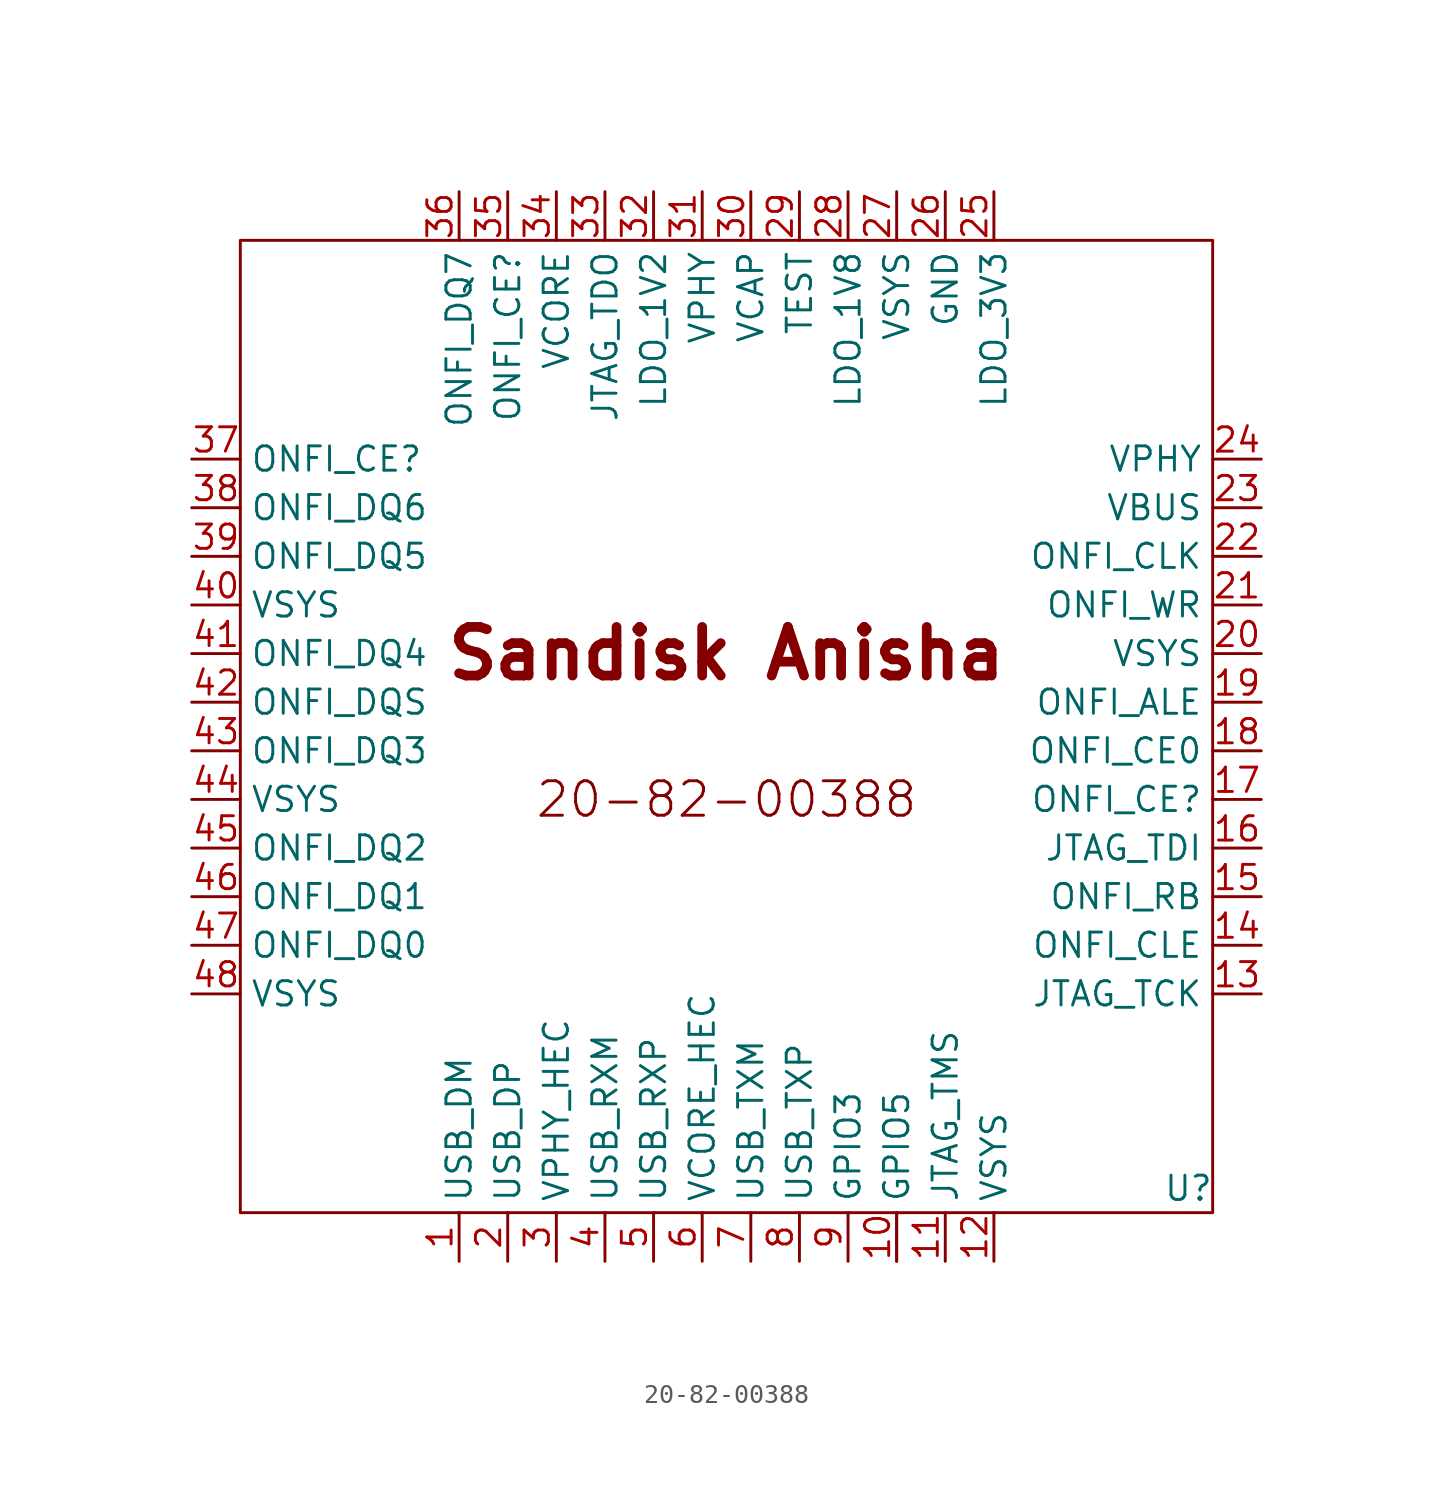
<source format=kicad_sym>
(kicad_symbol_lib
  (version 20220914)
  (generator kicad_symbol_editor)
  (symbol "20-82-00388"
    (property "Reference" "U"
      (at 24.13 -24.13 0)
      (effects (font (size 1.27 1.27))))
    (property "Value" ""
      (at -13.97 27.94 0)
      (effects (font (size 1.27 1.27))))
    (symbol "20-82-00388_0_0"
      (text "20-82-00388" (at 0 -3.81 0) (effects (font (size 1.8 1.8))))
      (text "Sandisk Anisha" (at 0 3.81 0) (effects (font (size 2.54 2.54) bold))))
    (symbol "20-82-00388_0_1"
      (rectangle (start -25.4 25.4) (end 25.4 -25.4) (stroke (width 0) (type default)) (fill (type none))))
    (symbol "20-82-00388_1_0"
      (pin bidirectional line (at 8.89 -27.94 90) (length 2.54) (name "" (effects (font (size 1.27 1.27)))) (number "" (effects (font (size 1.27 1.27))))))
    (symbol "20-82-00388_1_1"
      (pin bidirectional line (at -13.97 -27.94 90) (length 2.54) (name "USB_DM" (effects (font (size 1.27 1.27)))) (number "1" (effects (font (size 1.27 1.27)))))
      (pin bidirectional line (at 8.89 -27.94 90) (length 2.54) (name "GPIO5" (effects (font (size 1.27 1.27)))) (number "10" (effects (font (size 1.27 1.27)))))
      (pin input line (at 11.43 -27.94 90) (length 2.54) (name "JTAG_TMS" (effects (font (size 1.27 1.27)))) (number "11" (effects (font (size 1.27 1.27)))))
      (pin power_in line (at 13.97 -27.94 90) (length 2.54) (name "VSYS" (effects (font (size 1.27 1.27)))) (number "12" (effects (font (size 1.27 1.27)))))
      (pin input line (at 27.94 -13.97 180) (length 2.54) (name "JTAG_TCK" (effects (font (size 1.27 1.27)))) (number "13" (effects (font (size 1.27 1.27)))))
      (pin output line (at 27.94 -11.43 180) (length 2.54) (name "ONFI_CLE" (effects (font (size 1.27 1.27)))) (number "14" (effects (font (size 1.27 1.27)))))
      (pin output line (at 27.94 -8.89 180) (length 2.54) (name "ONFI_RB" (effects (font (size 1.27 1.27)))) (number "15" (effects (font (size 1.27 1.27)))))
      (pin input line (at 27.94 -6.35 180) (length 2.54) (name "JTAG_TDI" (effects (font (size 1.27 1.27)))) (number "16" (effects (font (size 1.27 1.27)))))
      (pin output line (at 27.94 -3.81 180) (length 2.54) (name "ONFI_CE?" (effects (font (size 1.27 1.27)))) (number "17" (effects (font (size 1.27 1.27)))))
      (pin output line (at 27.94 -1.27 180) (length 2.54) (name "ONFI_CE0" (effects (font (size 1.27 1.27)))) (number "18" (effects (font (size 1.27 1.27)))))
      (pin output line (at 27.94 1.27 180) (length 2.54) (name "ONFI_ALE" (effects (font (size 1.27 1.27)))) (number "19" (effects (font (size 1.27 1.27)))))
      (pin bidirectional line (at -11.43 -27.94 90) (length 2.54) (name "USB_DP" (effects (font (size 1.27 1.27)))) (number "2" (effects (font (size 1.27 1.27)))))
      (pin power_in line (at 27.94 3.81 180) (length 2.54) (name "VSYS" (effects (font (size 1.27 1.27)))) (number "20" (effects (font (size 1.27 1.27)))))
      (pin output line (at 27.94 6.35 180) (length 2.54) (name "ONFI_WR" (effects (font (size 1.27 1.27)))) (number "21" (effects (font (size 1.27 1.27)))))
      (pin output line (at 27.94 8.89 180) (length 2.54) (name "ONFI_CLK" (effects (font (size 1.27 1.27)))) (number "22" (effects (font (size 1.27 1.27)))))
      (pin power_in line (at 27.94 11.43 180) (length 2.54) (name "VBUS" (effects (font (size 1.27 1.27)))) (number "23" (effects (font (size 1.27 1.27)))))
      (pin power_in line (at 27.94 13.97 180) (length 2.54) (name "VPHY" (effects (font (size 1.27 1.27)))) (number "24" (effects (font (size 1.27 1.27)))))
      (pin power_out line (at 13.97 27.94 270) (length 2.54) (name "LDO_3V3" (effects (font (size 1.27 1.27)))) (number "25" (effects (font (size 1.27 1.27)))))
      (pin power_in line (at 11.43 27.94 270) (length 2.54) (name "GND" (effects (font (size 1.27 1.27)))) (number "26" (effects (font (size 1.27 1.27)))))
      (pin power_in line (at 8.89 27.94 270) (length 2.54) (name "VSYS" (effects (font (size 1.27 1.27)))) (number "27" (effects (font (size 1.27 1.27)))))
      (pin power_out line (at 6.35 27.94 270) (length 2.54) (name "LDO_1V8" (effects (font (size 1.27 1.27)))) (number "28" (effects (font (size 1.27 1.27)))))
      (pin input line (at 3.81 27.94 270) (length 2.54) (name "TEST" (effects (font (size 1.27 1.27)))) (number "29" (effects (font (size 1.27 1.27)))))
      (pin power_in line (at -8.89 -27.94 90) (length 2.54) (name "VPHY_HEC" (effects (font (size 1.27 1.27)))) (number "3" (effects (font (size 1.27 1.27)))))
      (pin power_in line (at 1.27 27.94 270) (length 2.54) (name "VCAP" (effects (font (size 1.27 1.27)))) (number "30" (effects (font (size 1.27 1.27)))))
      (pin power_in line (at -1.27 27.94 270) (length 2.54) (name "VPHY" (effects (font (size 1.27 1.27)))) (number "31" (effects (font (size 1.27 1.27)))))
      (pin power_out line (at -3.81 27.94 270) (length 2.54) (name "LDO_1V2" (effects (font (size 1.27 1.27)))) (number "32" (effects (font (size 1.27 1.27)))))
      (pin output line (at -6.35 27.94 270) (length 2.54) (name "JTAG_TDO" (effects (font (size 1.27 1.27)))) (number "33" (effects (font (size 1.27 1.27)))))
      (pin power_in line (at -8.89 27.94 270) (length 2.54) (name "VCORE" (effects (font (size 1.27 1.27)))) (number "34" (effects (font (size 1.27 1.27)))))
      (pin output line (at -11.43 27.94 270) (length 2.54) (name "ONFI_CE?" (effects (font (size 1.27 1.27)))) (number "35" (effects (font (size 1.27 1.27)))))
      (pin bidirectional line (at -13.97 27.94 270) (length 2.54) (name "ONFI_DQ7" (effects (font (size 1.27 1.27)))) (number "36" (effects (font (size 1.27 1.27)))))
      (pin output line (at -27.94 13.97 0) (length 2.54) (name "ONFI_CE?" (effects (font (size 1.27 1.27)))) (number "37" (effects (font (size 1.27 1.27)))))
      (pin bidirectional line (at -27.94 11.43 0) (length 2.54) (name "ONFI_DQ6" (effects (font (size 1.27 1.27)))) (number "38" (effects (font (size 1.27 1.27)))))
      (pin bidirectional line (at -27.94 8.89 0) (length 2.54) (name "ONFI_DQ5" (effects (font (size 1.27 1.27)))) (number "39" (effects (font (size 1.27 1.27)))))
      (pin input line (at -6.35 -27.94 90) (length 2.54) (name "USB_RXM" (effects (font (size 1.27 1.27)))) (number "4" (effects (font (size 1.27 1.27)))))
      (pin power_in line (at -27.94 6.35 0) (length 2.54) (name "VSYS" (effects (font (size 1.27 1.27)))) (number "40" (effects (font (size 1.27 1.27)))))
      (pin bidirectional line (at -27.94 3.81 0) (length 2.54) (name "ONFI_DQ4" (effects (font (size 1.27 1.27)))) (number "41" (effects (font (size 1.27 1.27)))))
      (pin output line (at -27.94 1.27 0) (length 2.54) (name "ONFI_DQS" (effects (font (size 1.27 1.27)))) (number "42" (effects (font (size 1.27 1.27)))))
      (pin bidirectional line (at -27.94 -1.27 0) (length 2.54) (name "ONFI_DQ3" (effects (font (size 1.27 1.27)))) (number "43" (effects (font (size 1.27 1.27)))))
      (pin power_in line (at -27.94 -3.81 0) (length 2.54) (name "VSYS" (effects (font (size 1.27 1.27)))) (number "44" (effects (font (size 1.27 1.27)))))
      (pin bidirectional line (at -27.94 -6.35 0) (length 2.54) (name "ONFI_DQ2" (effects (font (size 1.27 1.27)))) (number "45" (effects (font (size 1.27 1.27)))))
      (pin bidirectional line (at -27.94 -8.89 0) (length 2.54) (name "ONFI_DQ1" (effects (font (size 1.27 1.27)))) (number "46" (effects (font (size 1.27 1.27)))))
      (pin bidirectional line (at -27.94 -11.43 0) (length 2.54) (name "ONFI_DQ0" (effects (font (size 1.27 1.27)))) (number "47" (effects (font (size 1.27 1.27)))))
      (pin power_in line (at -27.94 -13.97 0) (length 2.54) (name "VSYS" (effects (font (size 1.27 1.27)))) (number "48" (effects (font (size 1.27 1.27)))))
      (pin power_in line (at 11.43 27.94 270) (length 2.54) hide (name "HPAD" (effects (font (size 1.27 1.27)))) (number "49" (effects (font (size 1.27 1.27)))))
      (pin input line (at -3.81 -27.94 90) (length 2.54) (name "USB_RXP" (effects (font (size 1.27 1.27)))) (number "5" (effects (font (size 1.27 1.27)))))
      (pin power_in line (at -1.27 -27.94 90) (length 2.54) (name "VCORE_HEC" (effects (font (size 1.27 1.27)))) (number "6" (effects (font (size 1.27 1.27)))))
      (pin output line (at 1.27 -27.94 90) (length 2.54) (name "USB_TXM" (effects (font (size 1.27 1.27)))) (number "7" (effects (font (size 1.27 1.27)))))
      (pin output line (at 3.81 -27.94 90) (length 2.54) (name "USB_TXP" (effects (font (size 1.27 1.27)))) (number "8" (effects (font (size 1.27 1.27)))))
      (pin bidirectional line (at 6.35 -27.94 90) (length 2.54) (name "GPIO3" (effects (font (size 1.27 1.27)))) (number "9" (effects (font (size 1.27 1.27))))))))
</source>
